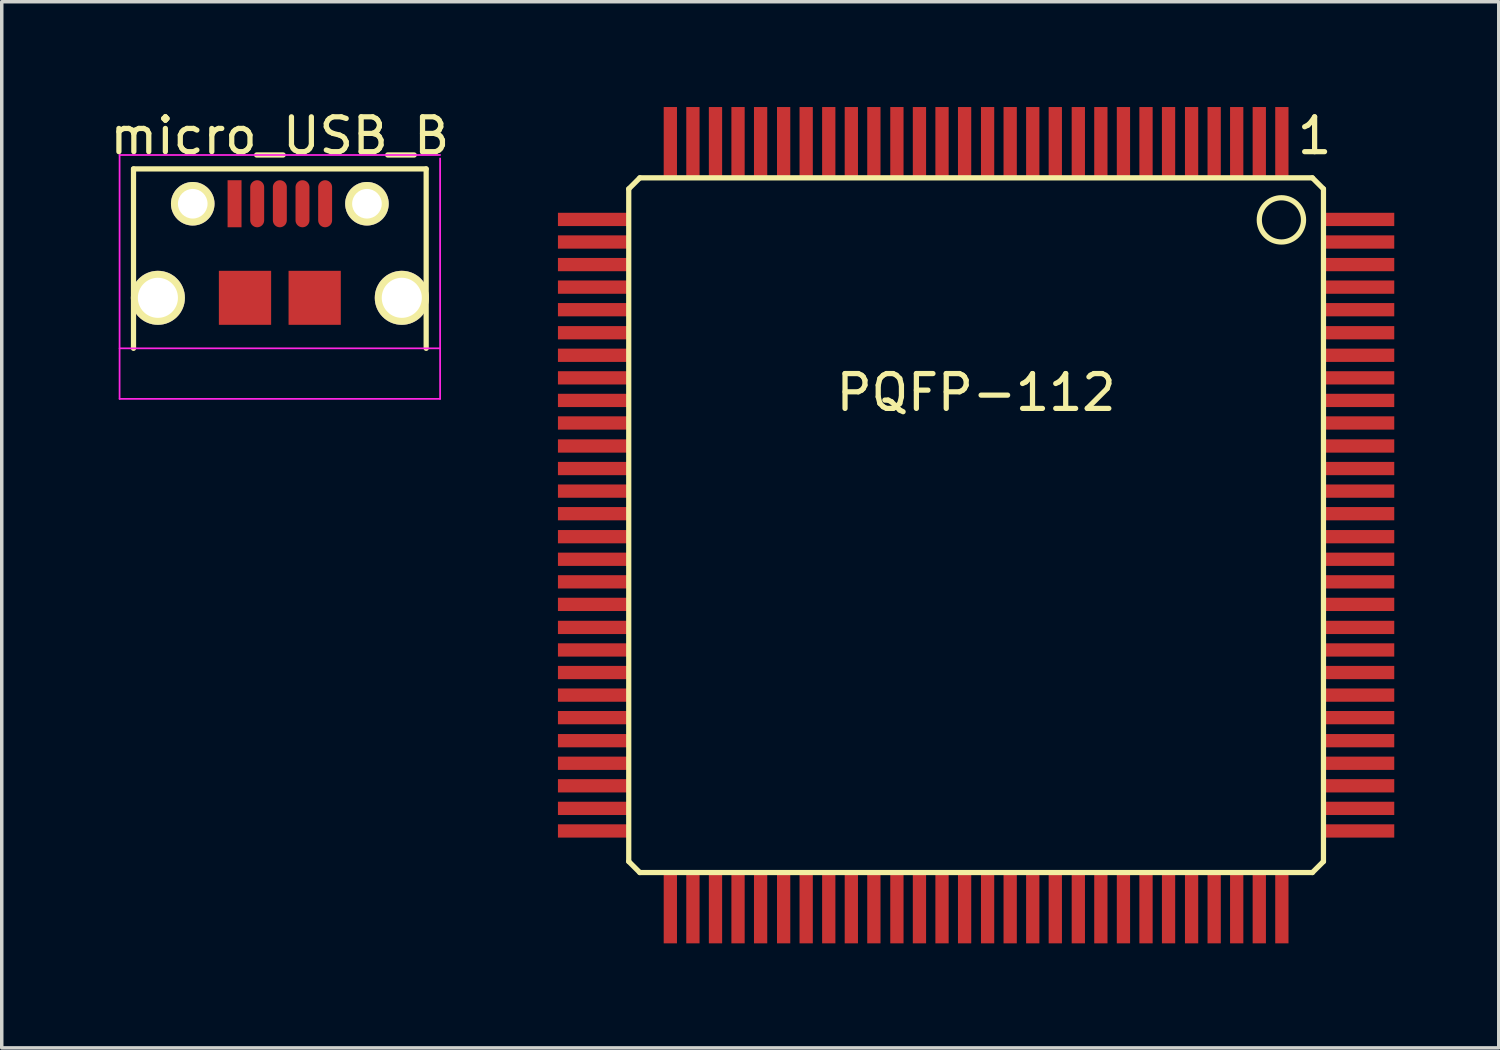
<source format=kicad_pcb>
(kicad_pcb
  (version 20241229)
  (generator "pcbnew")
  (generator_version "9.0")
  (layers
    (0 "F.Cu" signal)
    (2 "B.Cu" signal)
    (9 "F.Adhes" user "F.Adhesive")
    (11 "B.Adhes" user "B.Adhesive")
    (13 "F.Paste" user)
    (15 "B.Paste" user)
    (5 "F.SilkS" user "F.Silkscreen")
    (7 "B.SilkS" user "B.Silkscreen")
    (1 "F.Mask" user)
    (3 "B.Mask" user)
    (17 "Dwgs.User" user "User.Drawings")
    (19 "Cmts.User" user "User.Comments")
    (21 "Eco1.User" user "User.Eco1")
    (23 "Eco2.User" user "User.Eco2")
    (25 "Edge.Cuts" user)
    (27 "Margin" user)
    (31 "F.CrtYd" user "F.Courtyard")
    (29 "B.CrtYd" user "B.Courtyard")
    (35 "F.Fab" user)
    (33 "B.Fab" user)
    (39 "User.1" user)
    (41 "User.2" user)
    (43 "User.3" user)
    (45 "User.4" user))
  (footprint "micro_USB_B"
    (layer "F.Cu")
    (at 4.982 4.298)
    (property "Reference" "micro_USB_B" (at 0 -3.45 0) (layer "F.SilkS") (effects (font (size 1 1) (thickness 0.15))))
    (attr smd)
    (fp_line (start -4.2 -2.5) (end -4.2 2.65) (stroke (width 0.15) (type solid)) (layer "F.SilkS"))
    (fp_line (start -4.2 -2.5) (end 4.2 -2.5) (stroke (width 0.15) (type solid)) (layer "F.SilkS"))
    (fp_line (start 4.2 -2.5) (end 4.2 2.65) (stroke (width 0.15) (type solid)) (layer "F.SilkS"))
    (fp_line (start -4.6 -2.9) (end 4.6 -2.9) (stroke (width 0.05) (type solid)) (layer "F.CrtYd"))
    (fp_line (start -4.6 2.65) (end 4.6 2.65) (stroke (width 0.05) (type solid)) (layer "F.CrtYd"))
    (fp_line (start -4.6 4.1) (end -4.6 -2.9) (stroke (width 0.05) (type solid)) (layer "F.CrtYd"))
    (fp_line (start 4.6 -2.8) (end 4.6 4.1) (stroke (width 0.05) (type solid)) (layer "F.CrtYd"))
    (fp_line (start 4.6 4.1) (end -4.6 4.1) (stroke (width 0.05) (type solid)) (layer "F.CrtYd"))
    (pad "1" smd rect (at -1.3 -1.5 90) (size 1.35 0.4) (layers "F.Cu" "F.Mask"))
    (pad "2" smd oval (at -0.65 -1.5 90) (size 1.35 0.4) (layers "F.Cu" "F.Mask"))
    (pad "3" smd oval (at 0 -1.5 90) (size 1.35 0.4) (layers "F.Cu" "F.Mask"))
    (pad "4" smd oval (at 0.65 -1.5 90) (size 1.35 0.4) (layers "F.Cu" "F.Mask"))
    (pad "5" smd oval (at 1.3 -1.5 90) (size 1.35 0.4) (layers "F.Cu" "F.Mask"))
    (pad "6" thru_hole circle (at -3.5 1.2 90) (size 1.55 1.55) (drill 1.15) (layers "*.Cu" "*.Mask" "F.SilkS"))
    (pad "6" thru_hole circle (at -2.5 -1.5) (size 1.25 1.25) (drill 0.85) (layers "*.Cu" "*.Mask" "F.SilkS"))
    (pad "6" smd rect (at -1 1.2) (size 1.5 1.55) (layers "F.Cu" "F.Mask"))
    (pad "6" smd rect (at 1 1.2) (size 1.5 1.55) (layers "F.Cu" "F.Mask"))
    (pad "6" thru_hole circle (at 2.5 -1.5) (size 1.25 1.25) (drill 0.85) (layers "*.Cu" "*.Mask" "F.SilkS"))
    (pad "6" thru_hole circle (at 3.5 1.2 90) (size 1.55 1.55) (drill 1.15) (layers "*.Cu" "*.Mask" "F.SilkS")))
  (footprint "PQFP-112"
    (layer "F.Cu")
    (at 24.966 12.024)
    (property "Reference" "PQFP-112" (at 0 -3.807 0) (layer "F.SilkS") (effects (font (size 1 1) (thickness 0.15))))
    (attr smd)
    (fp_line (start -9.97 -9.652) (end -9.97 9.652) (stroke (width 0.15) (type solid)) (layer "F.SilkS"))
    (fp_line (start -9.97 -9.652) (end -9.652 -9.97) (stroke (width 0.15) (type solid)) (layer "F.SilkS"))
    (fp_line (start -9.97 9.652) (end -9.652 9.97) (stroke (width 0.15) (type solid)) (layer "F.SilkS"))
    (fp_line (start -9.652 -9.97) (end 9.652 -9.97) (stroke (width 0.15) (type solid)) (layer "F.SilkS"))
    (fp_line (start 9.652 9.97) (end -9.652 9.97) (stroke (width 0.15) (type solid)) (layer "F.SilkS"))
    (fp_line (start 9.97 -9.652) (end 9.652 -9.97) (stroke (width 0.15) (type solid)) (layer "F.SilkS"))
    (fp_line (start 9.97 9.652) (end 9.652 9.97) (stroke (width 0.15) (type solid)) (layer "F.SilkS"))
    (fp_line (start 9.97 9.652) (end 9.97 -9.652) (stroke (width 0.15) (type solid)) (layer "F.SilkS"))
    (fp_circle (center 8.763 -8.763) (end 8.763 -8.128) (stroke (width 0.15) (type solid)) (fill no) (layer "F.SilkS"))
    (fp_text user "1" (at 9.716 -11.176 0) (layer "F.SilkS") (effects (font (size 1 1) (thickness 0.15))))
    (pad "1" smd rect (at 8.776 -10.986 90) (size 2.032 0.381) (layers "F.Cu" "F.Mask" "F.Paste"))
    (pad "2" smd rect (at 8.128 -10.986 90) (size 2.032 0.381) (layers "F.Cu" "F.Mask" "F.Paste"))
    (pad "3" smd rect (at 7.48 -10.986 90) (size 2.032 0.381) (layers "F.Cu" "F.Mask" "F.Paste"))
    (pad "4" smd rect (at 6.833 -10.986 90) (size 2.032 0.381) (layers "F.Cu" "F.Mask" "F.Paste"))
    (pad "5" smd rect (at 6.185 -10.986 90) (size 2.032 0.381) (layers "F.Cu" "F.Mask" "F.Paste"))
    (pad "6" smd rect (at 5.524 -10.986 90) (size 2.032 0.381) (layers "F.Cu" "F.Mask" "F.Paste"))
    (pad "7" smd rect (at 4.877 -10.986 90) (size 2.032 0.381) (layers "F.Cu" "F.Mask" "F.Paste"))
    (pad "8" smd rect (at 4.229 -10.986 90) (size 2.032 0.381) (layers "F.Cu" "F.Mask" "F.Paste"))
    (pad "9" smd rect (at 3.581 -10.986 90) (size 2.032 0.381) (layers "F.Cu" "F.Mask" "F.Paste"))
    (pad "10" smd rect (at 2.934 -10.986 90) (size 2.032 0.381) (layers "F.Cu" "F.Mask" "F.Paste"))
    (pad "11" smd rect (at 2.273 -10.986 90) (size 2.032 0.381) (layers "F.Cu" "F.Mask" "F.Paste"))
    (pad "12" smd rect (at 1.626 -10.986 90) (size 2.032 0.381) (layers "F.Cu" "F.Mask" "F.Paste"))
    (pad "13" smd rect (at 0.978 -10.986 90) (size 2.032 0.381) (layers "F.Cu" "F.Mask" "F.Paste"))
    (pad "14" smd rect (at 0.33 -10.986 90) (size 2.032 0.381) (layers "F.Cu" "F.Mask" "F.Paste"))
    (pad "15" smd rect (at -0.33 -10.986 90) (size 2.032 0.381) (layers "F.Cu" "F.Mask" "F.Paste"))
    (pad "16" smd rect (at -0.978 -10.986 90) (size 2.032 0.381) (layers "F.Cu" "F.Mask" "F.Paste"))
    (pad "17" smd rect (at -1.626 -10.986 90) (size 2.032 0.381) (layers "F.Cu" "F.Mask" "F.Paste"))
    (pad "18" smd rect (at -2.273 -10.986 90) (size 2.032 0.381) (layers "F.Cu" "F.Mask" "F.Paste"))
    (pad "19" smd rect (at -2.934 -10.986 90) (size 2.032 0.381) (layers "F.Cu" "F.Mask" "F.Paste"))
    (pad "20" smd rect (at -3.581 -10.986 90) (size 2.032 0.381) (layers "F.Cu" "F.Mask" "F.Paste"))
    (pad "21" smd rect (at -4.229 -10.986 90) (size 2.032 0.381) (layers "F.Cu" "F.Mask" "F.Paste"))
    (pad "22" smd rect (at -4.877 -10.986 90) (size 2.032 0.381) (layers "F.Cu" "F.Mask" "F.Paste"))
    (pad "23" smd rect (at -5.524 -10.986 90) (size 2.032 0.381) (layers "F.Cu" "F.Mask" "F.Paste"))
    (pad "24" smd rect (at -6.185 -10.986 90) (size 2.032 0.381) (layers "F.Cu" "F.Mask" "F.Paste"))
    (pad "25" smd rect (at -6.833 -10.986 90) (size 2.032 0.381) (layers "F.Cu" "F.Mask" "F.Paste"))
    (pad "26" smd rect (at -7.48 -10.986 90) (size 2.032 0.381) (layers "F.Cu" "F.Mask" "F.Paste"))
    (pad "27" smd rect (at -8.128 -10.986 90) (size 2.032 0.381) (layers "F.Cu" "F.Mask" "F.Paste"))
    (pad "28" smd rect (at -8.776 -10.986 90) (size 2.032 0.381) (layers "F.Cu" "F.Mask" "F.Paste"))
    (pad "29" smd rect (at -10.986 -8.776) (size 2.032 0.381) (layers "F.Cu" "F.Mask" "F.Paste"))
    (pad "30" smd rect (at -10.986 -8.128) (size 2.032 0.381) (layers "F.Cu" "F.Mask" "F.Paste"))
    (pad "31" smd rect (at -10.986 -7.48) (size 2.032 0.381) (layers "F.Cu" "F.Mask" "F.Paste"))
    (pad "32" smd rect (at -10.986 -6.833) (size 2.032 0.381) (layers "F.Cu" "F.Mask" "F.Paste"))
    (pad "33" smd rect (at -10.986 -6.185) (size 2.032 0.381) (layers "F.Cu" "F.Mask" "F.Paste"))
    (pad "34" smd rect (at -10.986 -5.524) (size 2.032 0.381) (layers "F.Cu" "F.Mask" "F.Paste"))
    (pad "35" smd rect (at -10.986 -4.877) (size 2.032 0.381) (layers "F.Cu" "F.Mask" "F.Paste"))
    (pad "36" smd rect (at -10.986 -4.229) (size 2.032 0.381) (layers "F.Cu" "F.Mask" "F.Paste"))
    (pad "37" smd rect (at -10.986 -3.581) (size 2.032 0.381) (layers "F.Cu" "F.Mask" "F.Paste"))
    (pad "38" smd rect (at -10.986 -2.934) (size 2.032 0.381) (layers "F.Cu" "F.Mask" "F.Paste"))
    (pad "39" smd rect (at -10.986 -2.273) (size 2.032 0.381) (layers "F.Cu" "F.Mask" "F.Paste"))
    (pad "40" smd rect (at -10.986 -1.626) (size 2.032 0.381) (layers "F.Cu" "F.Mask" "F.Paste"))
    (pad "41" smd rect (at -10.986 -0.978) (size 2.032 0.381) (layers "F.Cu" "F.Mask" "F.Paste"))
    (pad "42" smd rect (at -10.986 -0.33) (size 2.032 0.381) (layers "F.Cu" "F.Mask" "F.Paste"))
    (pad "43" smd rect (at -10.986 0.33) (size 2.032 0.381) (layers "F.Cu" "F.Mask" "F.Paste"))
    (pad "44" smd rect (at -10.986 0.978) (size 2.032 0.381) (layers "F.Cu" "F.Mask" "F.Paste"))
    (pad "45" smd rect (at -10.986 1.626) (size 2.032 0.381) (layers "F.Cu" "F.Mask" "F.Paste"))
    (pad "46" smd rect (at -10.986 2.273) (size 2.032 0.381) (layers "F.Cu" "F.Mask" "F.Paste"))
    (pad "47" smd rect (at -10.986 2.934) (size 2.032 0.381) (layers "F.Cu" "F.Mask" "F.Paste"))
    (pad "48" smd rect (at -10.986 3.581) (size 2.032 0.381) (layers "F.Cu" "F.Mask" "F.Paste"))
    (pad "49" smd rect (at -10.986 4.229) (size 2.032 0.381) (layers "F.Cu" "F.Mask" "F.Paste"))
    (pad "50" smd rect (at -10.986 4.877) (size 2.032 0.381) (layers "F.Cu" "F.Mask" "F.Paste"))
    (pad "51" smd rect (at -10.986 5.524) (size 2.032 0.381) (layers "F.Cu" "F.Mask" "F.Paste"))
    (pad "52" smd rect (at -10.986 6.185) (size 2.032 0.381) (layers "F.Cu" "F.Mask" "F.Paste"))
    (pad "53" smd rect (at -10.986 6.833) (size 2.032 0.381) (layers "F.Cu" "F.Mask" "F.Paste"))
    (pad "54" smd rect (at -10.986 7.48) (size 2.032 0.381) (layers "F.Cu" "F.Mask" "F.Paste"))
    (pad "55" smd rect (at -10.986 8.128) (size 2.032 0.381) (layers "F.Cu" "F.Mask" "F.Paste"))
    (pad "56" smd rect (at -10.986 8.776) (size 2.032 0.381) (layers "F.Cu" "F.Mask" "F.Paste"))
    (pad "57" smd rect (at -8.776 10.986 90) (size 2.032 0.381) (layers "F.Cu" "F.Mask" "F.Paste"))
    (pad "58" smd rect (at -8.128 10.986 90) (size 2.032 0.381) (layers "F.Cu" "F.Mask" "F.Paste"))
    (pad "59" smd rect (at -7.48 10.986 90) (size 2.032 0.381) (layers "F.Cu" "F.Mask" "F.Paste"))
    (pad "60" smd rect (at -6.833 10.986 90) (size 2.032 0.381) (layers "F.Cu" "F.Mask" "F.Paste"))
    (pad "61" smd rect (at -6.185 10.986 90) (size 2.032 0.381) (layers "F.Cu" "F.Mask" "F.Paste"))
    (pad "62" smd rect (at -5.524 10.986 90) (size 2.032 0.381) (layers "F.Cu" "F.Mask" "F.Paste"))
    (pad "63" smd rect (at -4.877 10.986 90) (size 2.032 0.381) (layers "F.Cu" "F.Mask" "F.Paste"))
    (pad "64" smd rect (at -4.229 10.986 90) (size 2.032 0.381) (layers "F.Cu" "F.Mask" "F.Paste"))
    (pad "65" smd rect (at -3.581 10.986 90) (size 2.032 0.381) (layers "F.Cu" "F.Mask" "F.Paste"))
    (pad "66" smd rect (at -2.934 10.986 90) (size 2.032 0.381) (layers "F.Cu" "F.Mask" "F.Paste"))
    (pad "67" smd rect (at -2.273 10.986 90) (size 2.032 0.381) (layers "F.Cu" "F.Mask" "F.Paste"))
    (pad "68" smd rect (at -1.626 10.986 90) (size 2.032 0.381) (layers "F.Cu" "F.Mask" "F.Paste"))
    (pad "69" smd rect (at -0.978 10.986 90) (size 2.032 0.381) (layers "F.Cu" "F.Mask" "F.Paste"))
    (pad "70" smd rect (at -0.33 10.986 90) (size 2.032 0.381) (layers "F.Cu" "F.Mask" "F.Paste"))
    (pad "71" smd rect (at 0.33 10.986 90) (size 2.032 0.381) (layers "F.Cu" "F.Mask" "F.Paste"))
    (pad "72" smd rect (at 0.978 10.986 90) (size 2.032 0.381) (layers "F.Cu" "F.Mask" "F.Paste"))
    (pad "73" smd rect (at 1.626 10.986 90) (size 2.032 0.381) (layers "F.Cu" "F.Mask" "F.Paste"))
    (pad "74" smd rect (at 2.273 10.986 90) (size 2.032 0.381) (layers "F.Cu" "F.Mask" "F.Paste"))
    (pad "75" smd rect (at 2.934 10.986 90) (size 2.032 0.381) (layers "F.Cu" "F.Mask" "F.Paste"))
    (pad "76" smd rect (at 3.581 10.986 90) (size 2.032 0.381) (layers "F.Cu" "F.Mask" "F.Paste"))
    (pad "77" smd rect (at 4.229 10.986 90) (size 2.032 0.381) (layers "F.Cu" "F.Mask" "F.Paste"))
    (pad "78" smd rect (at 4.877 10.986 90) (size 2.032 0.381) (layers "F.Cu" "F.Mask" "F.Paste"))
    (pad "79" smd rect (at 5.524 10.986 90) (size 2.032 0.381) (layers "F.Cu" "F.Mask" "F.Paste"))
    (pad "80" smd rect (at 6.185 10.986 90) (size 2.032 0.381) (layers "F.Cu" "F.Mask" "F.Paste"))
    (pad "81" smd rect (at 6.833 10.986 90) (size 2.032 0.381) (layers "F.Cu" "F.Mask" "F.Paste"))
    (pad "82" smd rect (at 7.48 10.986 90) (size 2.032 0.381) (layers "F.Cu" "F.Mask" "F.Paste"))
    (pad "83" smd rect (at 8.128 10.986 90) (size 2.032 0.381) (layers "F.Cu" "F.Mask" "F.Paste"))
    (pad "84" smd rect (at 8.776 10.986 90) (size 2.032 0.381) (layers "F.Cu" "F.Mask" "F.Paste"))
    (pad "85" smd rect (at 10.986 8.776) (size 2.032 0.381) (layers "F.Cu" "F.Mask" "F.Paste"))
    (pad "86" smd rect (at 10.986 8.128) (size 2.032 0.381) (layers "F.Cu" "F.Mask" "F.Paste"))
    (pad "87" smd rect (at 10.986 7.48) (size 2.032 0.381) (layers "F.Cu" "F.Mask" "F.Paste"))
    (pad "88" smd rect (at 10.986 6.833) (size 2.032 0.381) (layers "F.Cu" "F.Mask" "F.Paste"))
    (pad "89" smd rect (at 10.986 6.185) (size 2.032 0.381) (layers "F.Cu" "F.Mask" "F.Paste"))
    (pad "90" smd rect (at 10.986 5.524) (size 2.032 0.381) (layers "F.Cu" "F.Mask" "F.Paste"))
    (pad "91" smd rect (at 10.986 4.877) (size 2.032 0.381) (layers "F.Cu" "F.Mask" "F.Paste"))
    (pad "92" smd rect (at 10.986 4.229) (size 2.032 0.381) (layers "F.Cu" "F.Mask" "F.Paste"))
    (pad "93" smd rect (at 10.986 3.581) (size 2.032 0.381) (layers "F.Cu" "F.Mask" "F.Paste"))
    (pad "94" smd rect (at 10.986 2.934) (size 2.032 0.381) (layers "F.Cu" "F.Mask" "F.Paste"))
    (pad "95" smd rect (at 10.986 2.273) (size 2.032 0.381) (layers "F.Cu" "F.Mask" "F.Paste"))
    (pad "96" smd rect (at 10.986 1.626) (size 2.032 0.381) (layers "F.Cu" "F.Mask" "F.Paste"))
    (pad "97" smd rect (at 10.986 0.978) (size 2.032 0.381) (layers "F.Cu" "F.Mask" "F.Paste"))
    (pad "98" smd rect (at 10.986 0.33) (size 2.032 0.381) (layers "F.Cu" "F.Mask" "F.Paste"))
    (pad "99" smd rect (at 10.986 -0.33) (size 2.032 0.381) (layers "F.Cu" "F.Mask" "F.Paste"))
    (pad "100" smd rect (at 10.986 -0.978) (size 2.032 0.381) (layers "F.Cu" "F.Mask" "F.Paste"))
    (pad "101" smd rect (at 10.986 -1.626) (size 2.032 0.381) (layers "F.Cu" "F.Mask" "F.Paste"))
    (pad "102" smd rect (at 10.986 -2.273) (size 2.032 0.381) (layers "F.Cu" "F.Mask" "F.Paste"))
    (pad "103" smd rect (at 10.986 -2.934) (size 2.032 0.381) (layers "F.Cu" "F.Mask" "F.Paste"))
    (pad "104" smd rect (at 10.986 -3.581) (size 2.032 0.381) (layers "F.Cu" "F.Mask" "F.Paste"))
    (pad "105" smd rect (at 10.986 -4.229) (size 2.032 0.381) (layers "F.Cu" "F.Mask" "F.Paste"))
    (pad "106" smd rect (at 10.986 -4.877) (size 2.032 0.381) (layers "F.Cu" "F.Mask" "F.Paste"))
    (pad "107" smd rect (at 10.986 -5.524) (size 2.032 0.381) (layers "F.Cu" "F.Mask" "F.Paste"))
    (pad "108" smd rect (at 10.986 -6.185) (size 2.032 0.381) (layers "F.Cu" "F.Mask" "F.Paste"))
    (pad "109" smd rect (at 10.986 -6.833) (size 2.032 0.381) (layers "F.Cu" "F.Mask" "F.Paste"))
    (pad "110" smd rect (at 10.986 -7.48) (size 2.032 0.381) (layers "F.Cu" "F.Mask" "F.Paste"))
    (pad "111" smd rect (at 10.986 -8.128) (size 2.032 0.381) (layers "F.Cu" "F.Mask" "F.Paste"))
    (pad "112" smd rect (at 10.986 -8.776) (size 2.032 0.381) (layers "F.Cu" "F.Mask" "F.Paste")))
  (gr_rect
    (start -3 -3)
    (end 39.967 27.026)
    (stroke (width 0.1) (type default))
    (fill no)
    (layer "Edge.Cuts")))
</source>
